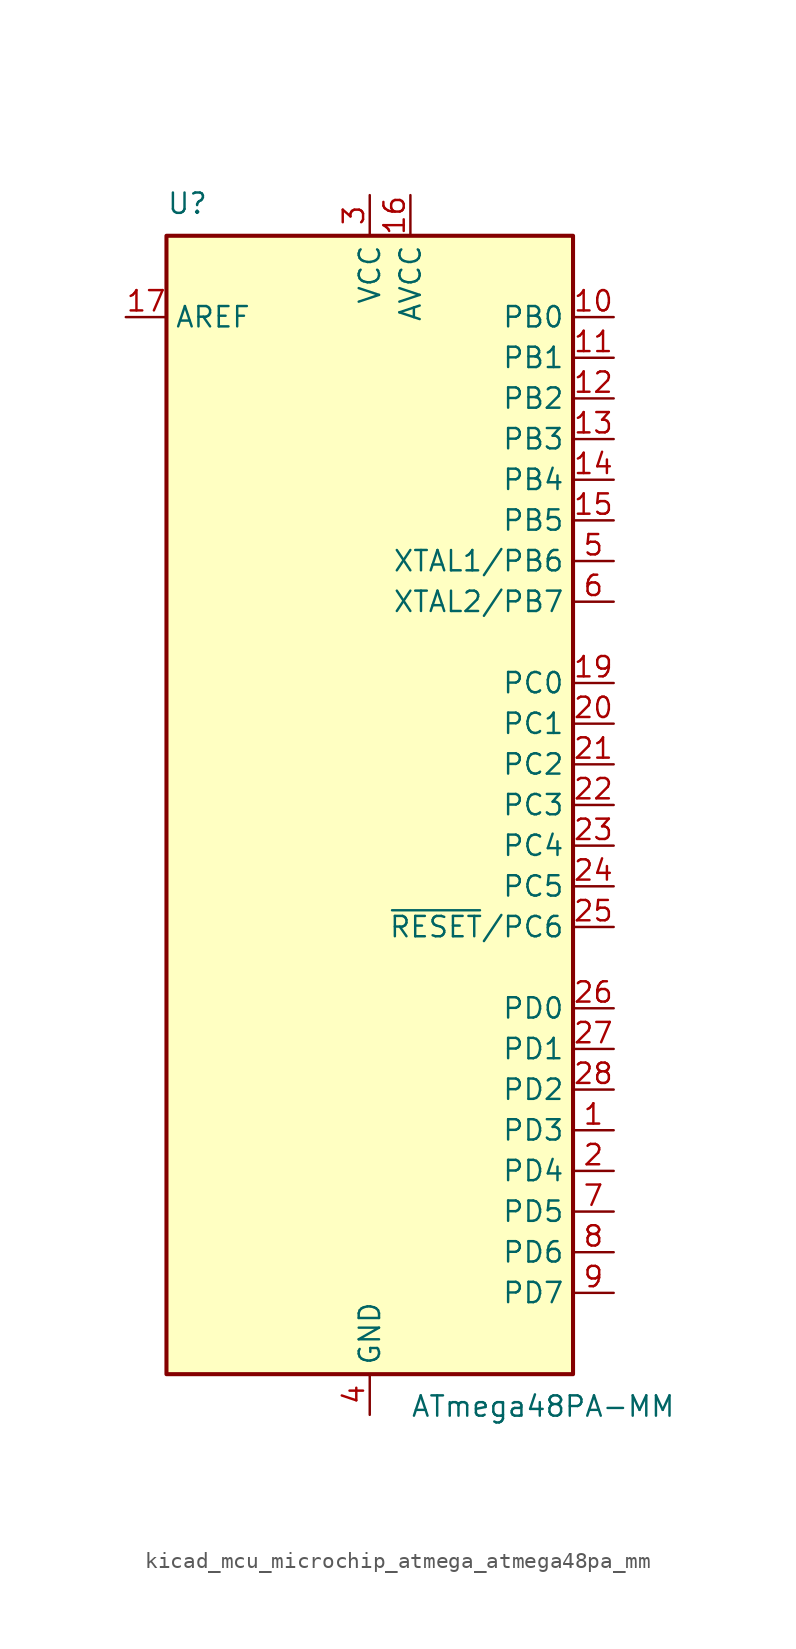
<source format=kicad_sym>
(kicad_symbol_lib
  (version 20220914)
  (generator kicad_symbol_editor)
  (symbol "kicad_mcu_microchip_atmega_atmega48pa_mm"
    (property "Reference" "U"
      (at -12.7 36.83 0)
      (effects (font (size 1.27 1.27)) (justify left bottom)))
    (property "Value" "ATmega48PA-MM"
      (at 2.54 -36.83 0)
      (effects (font (size 1.27 1.27)) (justify left top)))
    (symbol "kicad_mcu_microchip_atmega_atmega48pa_mm_0_1"
      (rectangle (start -12.7 -35.56) (end 12.7 35.56) (stroke (width 0.254) (type default)) (fill (type background))))
    (symbol "kicad_mcu_microchip_atmega_atmega48pa_mm_1_1"
      (pin bidirectional line (at 15.24 -20.32 180) (length 2.54) (name "PD3" (effects (font (size 1.27 1.27)))) (number "1" (effects (font (size 1.27 1.27)))))
      (pin bidirectional line (at 15.24 30.48 180) (length 2.54) (name "PB0" (effects (font (size 1.27 1.27)))) (number "10" (effects (font (size 1.27 1.27)))))
      (pin bidirectional line (at 15.24 27.94 180) (length 2.54) (name "PB1" (effects (font (size 1.27 1.27)))) (number "11" (effects (font (size 1.27 1.27)))))
      (pin bidirectional line (at 15.24 25.4 180) (length 2.54) (name "PB2" (effects (font (size 1.27 1.27)))) (number "12" (effects (font (size 1.27 1.27)))))
      (pin bidirectional line (at 15.24 22.86 180) (length 2.54) (name "PB3" (effects (font (size 1.27 1.27)))) (number "13" (effects (font (size 1.27 1.27)))))
      (pin bidirectional line (at 15.24 20.32 180) (length 2.54) (name "PB4" (effects (font (size 1.27 1.27)))) (number "14" (effects (font (size 1.27 1.27)))))
      (pin bidirectional line (at 15.24 17.78 180) (length 2.54) (name "PB5" (effects (font (size 1.27 1.27)))) (number "15" (effects (font (size 1.27 1.27)))))
      (pin power_in line (at 2.54 38.1 270) (length 2.54) (name "AVCC" (effects (font (size 1.27 1.27)))) (number "16" (effects (font (size 1.27 1.27)))))
      (pin passive line (at -15.24 30.48 0) (length 2.54) (name "AREF" (effects (font (size 1.27 1.27)))) (number "17" (effects (font (size 1.27 1.27)))))
      (pin passive line (at 0 -38.1 90) (length 2.54) hide (name "GND" (effects (font (size 1.27 1.27)))) (number "18" (effects (font (size 1.27 1.27)))))
      (pin bidirectional line (at 15.24 7.62 180) (length 2.54) (name "PC0" (effects (font (size 1.27 1.27)))) (number "19" (effects (font (size 1.27 1.27)))))
      (pin bidirectional line (at 15.24 -22.86 180) (length 2.54) (name "PD4" (effects (font (size 1.27 1.27)))) (number "2" (effects (font (size 1.27 1.27)))))
      (pin bidirectional line (at 15.24 5.08 180) (length 2.54) (name "PC1" (effects (font (size 1.27 1.27)))) (number "20" (effects (font (size 1.27 1.27)))))
      (pin bidirectional line (at 15.24 2.54 180) (length 2.54) (name "PC2" (effects (font (size 1.27 1.27)))) (number "21" (effects (font (size 1.27 1.27)))))
      (pin bidirectional line (at 15.24 0 180) (length 2.54) (name "PC3" (effects (font (size 1.27 1.27)))) (number "22" (effects (font (size 1.27 1.27)))))
      (pin bidirectional line (at 15.24 -2.54 180) (length 2.54) (name "PC4" (effects (font (size 1.27 1.27)))) (number "23" (effects (font (size 1.27 1.27)))))
      (pin bidirectional line (at 15.24 -5.08 180) (length 2.54) (name "PC5" (effects (font (size 1.27 1.27)))) (number "24" (effects (font (size 1.27 1.27)))))
      (pin bidirectional line (at 15.24 -7.62 180) (length 2.54) (name "~{RESET}/PC6" (effects (font (size 1.27 1.27)))) (number "25" (effects (font (size 1.27 1.27)))))
      (pin bidirectional line (at 15.24 -12.7 180) (length 2.54) (name "PD0" (effects (font (size 1.27 1.27)))) (number "26" (effects (font (size 1.27 1.27)))))
      (pin bidirectional line (at 15.24 -15.24 180) (length 2.54) (name "PD1" (effects (font (size 1.27 1.27)))) (number "27" (effects (font (size 1.27 1.27)))))
      (pin bidirectional line (at 15.24 -17.78 180) (length 2.54) (name "PD2" (effects (font (size 1.27 1.27)))) (number "28" (effects (font (size 1.27 1.27)))))
      (pin passive line (at 0 -38.1 90) (length 2.54) hide (name "GND" (effects (font (size 1.27 1.27)))) (number "29" (effects (font (size 1.27 1.27)))))
      (pin power_in line (at 0 38.1 270) (length 2.54) (name "VCC" (effects (font (size 1.27 1.27)))) (number "3" (effects (font (size 1.27 1.27)))))
      (pin power_in line (at 0 -38.1 90) (length 2.54) (name "GND" (effects (font (size 1.27 1.27)))) (number "4" (effects (font (size 1.27 1.27)))))
      (pin bidirectional line (at 15.24 15.24 180) (length 2.54) (name "XTAL1/PB6" (effects (font (size 1.27 1.27)))) (number "5" (effects (font (size 1.27 1.27)))))
      (pin bidirectional line (at 15.24 12.7 180) (length 2.54) (name "XTAL2/PB7" (effects (font (size 1.27 1.27)))) (number "6" (effects (font (size 1.27 1.27)))))
      (pin bidirectional line (at 15.24 -25.4 180) (length 2.54) (name "PD5" (effects (font (size 1.27 1.27)))) (number "7" (effects (font (size 1.27 1.27)))))
      (pin bidirectional line (at 15.24 -27.94 180) (length 2.54) (name "PD6" (effects (font (size 1.27 1.27)))) (number "8" (effects (font (size 1.27 1.27)))))
      (pin bidirectional line (at 15.24 -30.48 180) (length 2.54) (name "PD7" (effects (font (size 1.27 1.27)))) (number "9" (effects (font (size 1.27 1.27))))))))
</source>
